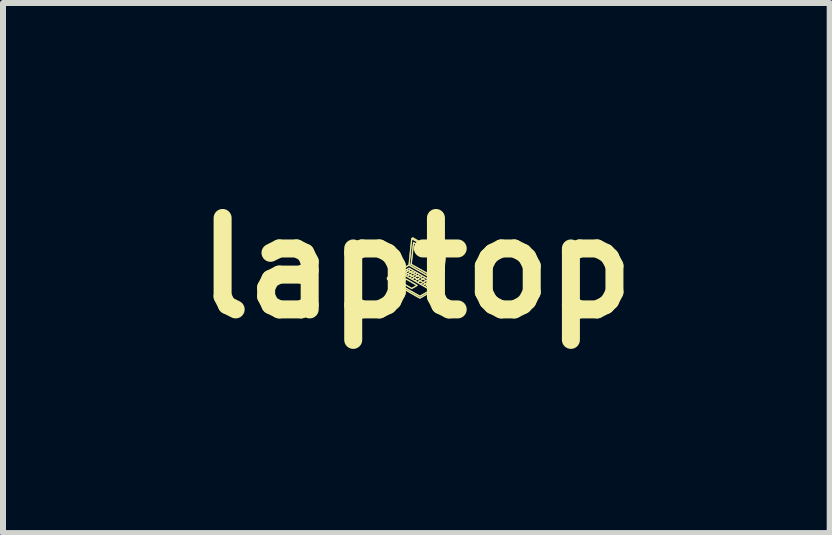
<source format=kicad_pcb>
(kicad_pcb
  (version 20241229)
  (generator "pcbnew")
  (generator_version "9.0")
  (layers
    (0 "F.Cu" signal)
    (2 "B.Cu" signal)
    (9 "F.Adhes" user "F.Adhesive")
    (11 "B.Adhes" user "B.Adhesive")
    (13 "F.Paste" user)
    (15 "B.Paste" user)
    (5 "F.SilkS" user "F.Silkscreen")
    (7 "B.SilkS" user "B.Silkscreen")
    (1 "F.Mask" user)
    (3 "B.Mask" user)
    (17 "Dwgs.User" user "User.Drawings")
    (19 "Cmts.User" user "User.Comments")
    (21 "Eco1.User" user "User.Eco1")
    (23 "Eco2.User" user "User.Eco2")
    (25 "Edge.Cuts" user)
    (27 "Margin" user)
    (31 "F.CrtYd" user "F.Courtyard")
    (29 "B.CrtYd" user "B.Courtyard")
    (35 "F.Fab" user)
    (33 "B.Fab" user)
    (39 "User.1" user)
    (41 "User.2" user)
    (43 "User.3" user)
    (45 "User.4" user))
  (footprint "laptop"
    (layer "F.Cu")
    (at 3.89 1.418)
    (property "Reference" "laptop" (at 0 0 0) (layer "F.SilkS") (effects (font (size 1.524 1.524) (thickness 0.3))))
    (attr through_hole)
    (fp_poly (pts (xy -0.165 0.18) (xy -0.16 0.183) (xy -0.153 0.187) (xy -0.144 0.192) (xy -0.133 0.198) (xy -0.12 0.205) (xy -0.106 0.213) (xy -0.091 0.222) (xy -0.075 0.231) (xy -0.073 0.232) (xy -0.054 0.243) (xy -0.038 0.253) (xy -0.024 0.261) (xy -0.013 0.267) (xy -0.003 0.273) (xy 0.004 0.277) (xy 0.009 0.281) (xy 0.014 0.284) (xy 0.016 0.286) (xy 0.018 0.287) (xy 0.019 0.288) (xy 0.019 0.289) (xy 0.018 0.29) (xy 0.017 0.292) (xy 0.014 0.294) (xy 0.01 0.297) (xy 0.004 0.301) (xy -0.005 0.306) (xy -0.015 0.312) (xy -0.023 0.317) (xy -0.034 0.323) (xy -0.045 0.329) (xy -0.054 0.334) (xy -0.061 0.339) (xy -0.067 0.342) (xy -0.07 0.344) (xy -0.07 0.344) (xy -0.074 0.346) (xy -0.078 0.346) (xy -0.08 0.345) (xy -0.083 0.343) (xy -0.088 0.34) (xy -0.096 0.336) (xy -0.105 0.331) (xy -0.116 0.325) (xy -0.128 0.318) (xy -0.141 0.31) (xy -0.155 0.302) (xy -0.169 0.294) (xy -0.183 0.286) (xy -0.197 0.278) (xy -0.21 0.27) (xy -0.223 0.263) (xy -0.234 0.256) (xy -0.244 0.251) (xy -0.252 0.246) (xy -0.257 0.242) (xy -0.261 0.24) (xy -0.261 0.24) (xy -0.262 0.237) (xy -0.242 0.237) (xy -0.242 0.238) (xy -0.24 0.239) (xy -0.236 0.242) (xy -0.229 0.245) (xy -0.221 0.251) (xy -0.211 0.257) (xy -0.199 0.263) (xy -0.187 0.271) (xy -0.174 0.278) (xy -0.16 0.286) (xy -0.147 0.294) (xy -0.133 0.301) (xy -0.121 0.309) (xy -0.109 0.315) (xy -0.099 0.321) (xy -0.09 0.326) (xy -0.084 0.33) (xy -0.079 0.332) (xy -0.077 0.333) (xy -0.077 0.333) (xy -0.075 0.333) (xy -0.071 0.33) (xy -0.065 0.327) (xy -0.056 0.322) (xy -0.047 0.317) (xy -0.037 0.311) (xy 0.002 0.289) (xy -0.003 0.286) (xy -0.008 0.283) (xy -0.014 0.279) (xy -0.023 0.274) (xy -0.034 0.268) (xy -0.045 0.261) (xy -0.058 0.254) (xy -0.071 0.247) (xy -0.085 0.239) (xy -0.098 0.231) (xy -0.111 0.224) (xy -0.124 0.216) (xy -0.135 0.21) (xy -0.145 0.204) (xy -0.154 0.199) (xy -0.161 0.196) (xy -0.165 0.193) (xy -0.167 0.192) (xy -0.167 0.192) (xy -0.169 0.193) (xy -0.173 0.196) (xy -0.18 0.199) (xy -0.188 0.204) (xy -0.197 0.209) (xy -0.206 0.214) (xy -0.218 0.221) (xy -0.228 0.227) (xy -0.236 0.232) (xy -0.24 0.235) (xy -0.242 0.237) (xy -0.262 0.237) (xy -0.262 0.237) (xy -0.262 0.235) (xy -0.26 0.234) (xy -0.256 0.231) (xy -0.25 0.227) (xy -0.242 0.222) (xy -0.233 0.217) (xy -0.224 0.211) (xy -0.213 0.205) (xy -0.203 0.199) (xy -0.193 0.193) (xy -0.185 0.188) (xy -0.177 0.184) (xy -0.171 0.181) (xy -0.168 0.18) (xy -0.167 0.18) (xy -0.165 0.18)) (stroke (width 0.01) (type solid)) (fill yes) (layer "F.SilkS"))
    (fp_poly (pts (xy -0.046 -0.429) (xy -0.042 -0.427) (xy -0.035 -0.423) (xy -0.025 -0.418) (xy -0.013 -0.411) (xy 0.001 -0.403) (xy 0.017 -0.394) (xy 0.035 -0.384) (xy 0.054 -0.373) (xy 0.075 -0.362) (xy 0.097 -0.349) (xy 0.121 -0.336) (xy 0.146 -0.322) (xy 0.171 -0.307) (xy 0.186 -0.299) (xy 0.212 -0.284) (xy 0.237 -0.27) (xy 0.262 -0.256) (xy 0.285 -0.243) (xy 0.307 -0.231) (xy 0.327 -0.22) (xy 0.346 -0.209) (xy 0.363 -0.199) (xy 0.378 -0.191) (xy 0.391 -0.184) (xy 0.402 -0.178) (xy 0.411 -0.173) (xy 0.417 -0.17) (xy 0.42 -0.168) (xy 0.421 -0.168) (xy 0.423 -0.166) (xy 0.426 -0.164) (xy 0.427 -0.163) (xy 0.431 -0.159) (xy 0.427 -0.154) (xy 0.426 -0.153) (xy 0.426 -0.152) (xy 0.425 -0.15) (xy 0.425 -0.147) (xy 0.424 -0.143) (xy 0.423 -0.139) (xy 0.422 -0.132) (xy 0.421 -0.125) (xy 0.42 -0.115) (xy 0.419 -0.104) (xy 0.418 -0.09) (xy 0.416 -0.074) (xy 0.414 -0.056) (xy 0.412 -0.034) (xy 0.41 -0.01) (xy 0.407 0.017) (xy 0.407 0.022) (xy 0.404 0.052) (xy 0.401 0.078) (xy 0.399 0.101) (xy 0.397 0.122) (xy 0.395 0.139) (xy 0.393 0.154) (xy 0.392 0.166) (xy 0.391 0.176) (xy 0.39 0.184) (xy 0.389 0.189) (xy 0.388 0.193) (xy 0.388 0.195) (xy 0.388 0.195) (xy 0.386 0.196) (xy 0.387 0.196) (xy 0.39 0.197) (xy 0.392 0.199) (xy 0.394 0.201) (xy 0.394 0.203) (xy 0.393 0.205) (xy 0.391 0.209) (xy 0.389 0.21) (xy 0.387 0.209) (xy 0.383 0.207) (xy 0.376 0.203) (xy 0.366 0.197) (xy 0.354 0.191) (xy 0.34 0.183) (xy 0.324 0.174) (xy 0.306 0.164) (xy 0.286 0.153) (xy 0.265 0.141) (xy 0.242 0.129) (xy 0.218 0.115) (xy 0.194 0.102) (xy 0.168 0.087) (xy 0.145 0.074) (xy 0.118 0.06) (xy 0.092 0.045) (xy 0.068 0.031) (xy 0.044 0.018) (xy 0.022 0.006) (xy 0.001 -0.006) (xy -0.019 -0.017) (xy -0.037 -0.027) (xy -0.052 -0.036) (xy -0.066 -0.043) (xy -0.078 -0.05) (xy -0.087 -0.055) (xy -0.094 -0.059) (xy -0.098 -0.061) (xy -0.099 -0.061) (xy -0.099 -0.063) (xy -0.098 -0.067) (xy -0.098 -0.067) (xy -0.096 -0.07) (xy -0.078 -0.07) (xy -0.078 -0.067) (xy -0.078 -0.065) (xy -0.077 -0.064) (xy -0.077 -0.063) (xy -0.076 -0.063) (xy -0.076 -0.063) (xy -0.074 -0.062) (xy -0.069 -0.059) (xy -0.062 -0.055) (xy -0.052 -0.049) (xy -0.04 -0.043) (xy -0.027 -0.035) (xy -0.011 -0.026) (xy 0.006 -0.017) (xy 0.024 -0.006) (xy 0.044 0.005) (xy 0.064 0.016) (xy 0.086 0.028) (xy 0.108 0.04) (xy 0.13 0.053) (xy 0.152 0.065) (xy 0.175 0.078) (xy 0.197 0.09) (xy 0.219 0.102) (xy 0.24 0.114) (xy 0.26 0.125) (xy 0.28 0.136) (xy 0.298 0.146) (xy 0.315 0.155) (xy 0.33 0.164) (xy 0.343 0.171) (xy 0.355 0.178) (xy 0.364 0.183) (xy 0.371 0.186) (xy 0.375 0.189) (xy 0.377 0.19) (xy 0.377 0.188) (xy 0.378 0.183) (xy 0.379 0.175) (xy 0.38 0.164) (xy 0.382 0.15) (xy 0.384 0.133) (xy 0.386 0.114) (xy 0.388 0.091) (xy 0.39 0.067) (xy 0.393 0.04) (xy 0.395 0.019) (xy 0.397 -0.005) (xy 0.4 -0.028) (xy 0.402 -0.049) (xy 0.404 -0.07) (xy 0.405 -0.088) (xy 0.407 -0.105) (xy 0.408 -0.12) (xy 0.41 -0.132) (xy 0.41 -0.142) (xy 0.411 -0.15) (xy 0.411 -0.154) (xy 0.412 -0.155) (xy 0.411 -0.156) (xy 0.409 -0.157) (xy 0.406 -0.159) (xy 0.402 -0.162) (xy 0.397 -0.165) (xy 0.389 -0.17) (xy 0.38 -0.175) (xy 0.369 -0.181) (xy 0.357 -0.189) (xy 0.342 -0.197) (xy 0.325 -0.207) (xy 0.306 -0.218) (xy 0.284 -0.23) (xy 0.26 -0.244) (xy 0.233 -0.259) (xy 0.203 -0.276) (xy 0.185 -0.286) (xy 0.16 -0.3) (xy 0.135 -0.314) (xy 0.111 -0.328) (xy 0.088 -0.341) (xy 0.067 -0.353) (xy 0.047 -0.364) (xy 0.029 -0.374) (xy 0.012 -0.383) (xy -0.003 -0.391) (xy -0.015 -0.398) (xy -0.026 -0.404) (xy -0.033 -0.408) (xy -0.039 -0.411) (xy -0.041 -0.413) (xy -0.042 -0.413) (xy -0.042 -0.411) (xy -0.043 -0.406) (xy -0.044 -0.398) (xy -0.045 -0.388) (xy -0.046 -0.375) (xy -0.048 -0.359) (xy -0.05 -0.342) (xy -0.052 -0.323) (xy -0.054 -0.302) (xy -0.057 -0.28) (xy -0.059 -0.257) (xy -0.061 -0.238) (xy -0.064 -0.21) (xy -0.067 -0.186) (xy -0.069 -0.164) (xy -0.071 -0.145) (xy -0.073 -0.129) (xy -0.074 -0.115) (xy -0.075 -0.103) (xy -0.076 -0.093) (xy -0.077 -0.085) (xy -0.077 -0.079) (xy -0.078 -0.074) (xy -0.078 -0.07) (xy -0.096 -0.07) (xy -0.095 -0.071) (xy -0.093 -0.072) (xy -0.093 -0.072) (xy -0.092 -0.072) (xy -0.092 -0.075) (xy -0.091 -0.078) (xy -0.09 -0.084) (xy -0.089 -0.092) (xy -0.088 -0.101) (xy -0.086 -0.114) (xy -0.085 -0.128) (xy -0.083 -0.145) (xy -0.081 -0.165) (xy -0.078 -0.188) (xy -0.075 -0.214) (xy -0.072 -0.243) (xy -0.072 -0.247) (xy -0.069 -0.279) (xy -0.065 -0.308) (xy -0.063 -0.334) (xy -0.06 -0.357) (xy -0.058 -0.376) (xy -0.056 -0.392) (xy -0.054 -0.405) (xy -0.053 -0.414) (xy -0.052 -0.421) (xy -0.052 -0.424) (xy -0.051 -0.425) (xy -0.049 -0.427) (xy -0.049 -0.429) (xy -0.048 -0.43) (xy -0.048 -0.43) (xy -0.046 -0.429)) (stroke (width 0.01) (type solid)) (fill yes) (layer "F.SilkS"))
    (fp_poly (pts (xy 0.214 -0.352) (xy 0.242 -0.335) (xy 0.269 -0.32) (xy 0.295 -0.304) (xy 0.321 -0.29) (xy 0.345 -0.276) (xy 0.367 -0.263) (xy 0.388 -0.25) (xy 0.408 -0.239) (xy 0.426 -0.228) (xy 0.441 -0.219) (xy 0.455 -0.211) (xy 0.466 -0.204) (xy 0.475 -0.199) (xy 0.482 -0.195) (xy 0.486 -0.193) (xy 0.487 -0.192) (xy 0.487 -0.19) (xy 0.486 -0.185) (xy 0.486 -0.177) (xy 0.485 -0.166) (xy 0.484 -0.153) (xy 0.482 -0.138) (xy 0.481 -0.12) (xy 0.479 -0.101) (xy 0.477 -0.081) (xy 0.475 -0.059) (xy 0.473 -0.036) (xy 0.471 -0.012) (xy 0.469 0.012) (xy 0.466 0.036) (xy 0.464 0.061) (xy 0.462 0.085) (xy 0.459 0.109) (xy 0.457 0.133) (xy 0.455 0.156) (xy 0.453 0.177) (xy 0.451 0.197) (xy 0.449 0.216) (xy 0.447 0.233) (xy 0.446 0.248) (xy 0.444 0.261) (xy 0.443 0.271) (xy 0.443 0.279) (xy 0.442 0.283) (xy 0.442 0.284) (xy 0.441 0.285) (xy 0.439 0.287) (xy 0.435 0.29) (xy 0.43 0.293) (xy 0.424 0.297) (xy 0.416 0.302) (xy 0.405 0.308) (xy 0.393 0.315) (xy 0.379 0.324) (xy 0.363 0.333) (xy 0.344 0.344) (xy 0.322 0.357) (xy 0.298 0.37) (xy 0.272 0.386) (xy 0.251 0.398) (xy 0.228 0.411) (xy 0.205 0.424) (xy 0.184 0.437) (xy 0.163 0.448) (xy 0.144 0.459) (xy 0.127 0.469) (xy 0.111 0.479) (xy 0.096 0.487) (xy 0.084 0.494) (xy 0.074 0.499) (xy 0.067 0.503) (xy 0.062 0.506) (xy 0.06 0.507) (xy 0.06 0.507) (xy 0.058 0.507) (xy 0.053 0.504) (xy 0.046 0.5) (xy 0.036 0.495) (xy 0.024 0.488) (xy 0.01 0.48) (xy -0.006 0.471) (xy -0.024 0.461) (xy -0.044 0.449) (xy -0.066 0.437) (xy -0.089 0.424) (xy -0.113 0.41) (xy -0.139 0.395) (xy -0.165 0.38) (xy -0.193 0.364) (xy -0.214 0.351) (xy -0.242 0.335) (xy -0.269 0.32) (xy -0.295 0.304) (xy -0.321 0.29) (xy -0.345 0.276) (xy -0.367 0.263) (xy -0.388 0.25) (xy -0.408 0.239) (xy -0.425 0.229) (xy -0.441 0.22) (xy -0.455 0.212) (xy -0.466 0.205) (xy -0.475 0.2) (xy -0.481 0.196) (xy -0.485 0.193) (xy -0.486 0.193) (xy -0.487 0.19) (xy -0.487 0.185) (xy -0.488 0.178) (xy -0.488 0.177) (xy -0.476 0.177) (xy -0.475 0.182) (xy -0.475 0.186) (xy -0.474 0.187) (xy -0.472 0.188) (xy -0.468 0.191) (xy -0.461 0.195) (xy -0.451 0.201) (xy -0.439 0.208) (xy -0.426 0.216) (xy -0.41 0.225) (xy -0.393 0.235) (xy -0.374 0.246) (xy -0.354 0.257) (xy -0.333 0.27) (xy -0.311 0.282) (xy -0.288 0.296) (xy -0.264 0.309) (xy -0.24 0.323) (xy -0.216 0.337) (xy -0.192 0.351) (xy -0.167 0.365) (xy -0.144 0.378) (xy -0.12 0.392) (xy -0.097 0.405) (xy -0.076 0.417) (xy -0.055 0.429) (xy -0.035 0.441) (xy -0.017 0.451) (xy 0.000198 0.461) (xy 0.015 0.469) (xy 0.028 0.477) (xy 0.04 0.483) (xy 0.048 0.488) (xy 0.055 0.491) (xy 0.059 0.493) (xy 0.06 0.494) (xy 0.061 0.493) (xy 0.066 0.49) (xy 0.073 0.486) (xy 0.083 0.481) (xy 0.094 0.474) (xy 0.108 0.466) (xy 0.124 0.458) (xy 0.141 0.448) (xy 0.16 0.437) (xy 0.18 0.425) (xy 0.201 0.413) (xy 0.223 0.4) (xy 0.246 0.387) (xy 0.269 0.374) (xy 0.292 0.361) (xy 0.313 0.348) (xy 0.333 0.337) (xy 0.351 0.326) (xy 0.369 0.316) (xy 0.384 0.307) (xy 0.398 0.299) (xy 0.409 0.292) (xy 0.418 0.287) (xy 0.425 0.282) (xy 0.43 0.28) (xy 0.431 0.279) (xy 0.431 0.279) (xy 0.431 0.277) (xy 0.432 0.272) (xy 0.433 0.264) (xy 0.434 0.253) (xy 0.435 0.239) (xy 0.437 0.224) (xy 0.438 0.206) (xy 0.44 0.186) (xy 0.442 0.164) (xy 0.445 0.14) (xy 0.447 0.115) (xy 0.449 0.089) (xy 0.452 0.062) (xy 0.454 0.046) (xy 0.457 0.011) (xy 0.46 -0.02) (xy 0.462 -0.048) (xy 0.465 -0.073) (xy 0.467 -0.095) (xy 0.469 -0.114) (xy 0.47 -0.131) (xy 0.471 -0.145) (xy 0.472 -0.157) (xy 0.473 -0.167) (xy 0.473 -0.175) (xy 0.474 -0.181) (xy 0.474 -0.185) (xy 0.474 -0.187) (xy 0.474 -0.187) (xy 0.472 -0.188) (xy 0.467 -0.191) (xy 0.46 -0.195) (xy 0.451 -0.201) (xy 0.439 -0.208) (xy 0.425 -0.216) (xy 0.409 -0.225) (xy 0.391 -0.236) (xy 0.371 -0.247) (xy 0.349 -0.26) (xy 0.327 -0.273) (xy 0.302 -0.287) (xy 0.277 -0.302) (xy 0.251 -0.317) (xy 0.223 -0.333) (xy 0.207 -0.342) (xy 0.174 -0.361) (xy 0.143 -0.379) (xy 0.115 -0.395) (xy 0.09 -0.41) (xy 0.067 -0.423) (xy 0.047 -0.434) (xy 0.028 -0.445) (xy 0.012 -0.454) (xy -0.002 -0.462) (xy -0.014 -0.469) (xy -0.025 -0.475) (xy -0.034 -0.48) (xy -0.041 -0.484) (xy -0.047 -0.487) (xy -0.052 -0.49) (xy -0.056 -0.491) (xy -0.058 -0.493) (xy -0.06 -0.493) (xy -0.061 -0.493) (xy -0.061 -0.493) (xy -0.061 -0.493) (xy -0.061 -0.492) (xy -0.059 -0.491) (xy -0.056 -0.489) (xy -0.053 -0.486) (xy -0.047 -0.483) (xy -0.041 -0.479) (xy -0.033 -0.474) (xy -0.023 -0.469) (xy -0.012 -0.462) (xy 0.001 -0.454) (xy 0.016 -0.445) (xy 0.033 -0.435) (xy 0.053 -0.424) (xy 0.075 -0.411) (xy 0.099 -0.397) (xy 0.125 -0.382) (xy 0.155 -0.365) (xy 0.187 -0.346) (xy 0.201 -0.338) (xy 0.229 -0.322) (xy 0.256 -0.306) (xy 0.282 -0.291) (xy 0.307 -0.277) (xy 0.331 -0.263) (xy 0.353 -0.25) (xy 0.374 -0.238) (xy 0.393 -0.227) (xy 0.41 -0.216) (xy 0.426 -0.207) (xy 0.439 -0.2) (xy 0.45 -0.193) (xy 0.459 -0.188) (xy 0.465 -0.184) (xy 0.468 -0.182) (xy 0.469 -0.181) (xy 0.469 -0.179) (xy 0.468 -0.174) (xy 0.468 -0.166) (xy 0.467 -0.155) (xy 0.466 -0.142) (xy 0.464 -0.127) (xy 0.462 -0.11) (xy 0.461 -0.091) (xy 0.459 -0.071) (xy 0.456 -0.049) (xy 0.454 -0.027) (xy 0.452 -0.004) (xy 0.449 0.02) (xy 0.447 0.044) (xy 0.445 0.067) (xy 0.442 0.091) (xy 0.44 0.114) (xy 0.437 0.136) (xy 0.435 0.158) (xy 0.433 0.178) (xy 0.431 0.197) (xy 0.429 0.214) (xy 0.427 0.229) (xy 0.426 0.242) (xy 0.425 0.252) (xy 0.424 0.26) (xy 0.423 0.265) (xy 0.423 0.267) (xy 0.421 0.268) (xy 0.416 0.271) (xy 0.409 0.275) (xy 0.4 0.281) (xy 0.388 0.287) (xy 0.375 0.295) (xy 0.36 0.304) (xy 0.344 0.313) (xy 0.326 0.323) (xy 0.308 0.334) (xy 0.289 0.345) (xy 0.269 0.356) (xy 0.249 0.368) (xy 0.229 0.379) (xy 0.209 0.391) (xy 0.189 0.402) (xy 0.17 0.413) (xy 0.152 0.423) (xy 0.135 0.433) (xy 0.119 0.442) (xy 0.104 0.45) (xy 0.091 0.458) (xy 0.08 0.464) (xy 0.071 0.469) (xy 0.065 0.473) (xy 0.061 0.475) (xy 0.059 0.475) (xy 0.058 0.475) (xy 0.055 0.473) (xy 0.05 0.471) (xy 0.043 0.467) (xy 0.034 0.462) (xy 0.023 0.456) (xy 0.009 0.449) (xy -0.006 0.44) (xy -0.024 0.43) (xy -0.044 0.418) (xy -0.067 0.405) (xy -0.092 0.391) (xy -0.12 0.375) (xy -0.15 0.357) (xy -0.184 0.338) (xy -0.21 0.323) (xy -0.475 0.169) (xy -0.476 0.177) (xy -0.488 0.177) (xy -0.488 0.173) (xy -0.488 0.165) (xy -0.487 0.16) (xy -0.487 0.16) (xy -0.468 0.16) (xy -0.466 0.161) (xy -0.462 0.163) (xy -0.455 0.167) (xy -0.445 0.173) (xy -0.434 0.18) (xy -0.42 0.188) (xy -0.405 0.196) (xy -0.387 0.206) (xy -0.369 0.217) (xy -0.349 0.229) (xy -0.328 0.241) (xy -0.306 0.254) (xy -0.283 0.267) (xy -0.26 0.28) (xy -0.236 0.294) (xy -0.212 0.308) (xy -0.188 0.322) (xy -0.164 0.336) (xy -0.14 0.349) (xy -0.117 0.363) (xy -0.095 0.376) (xy -0.073 0.388) (xy -0.052 0.4) (xy -0.033 0.411) (xy -0.015 0.421) (xy 0.002 0.431) (xy 0.017 0.439) (xy 0.03 0.447) (xy 0.04 0.453) (xy 0.049 0.458) (xy 0.055 0.461) (xy 0.059 0.463) (xy 0.059 0.464) (xy 0.061 0.463) (xy 0.065 0.46) (xy 0.072 0.456) (xy 0.081 0.451) (xy 0.093 0.444) (xy 0.106 0.436) (xy 0.122 0.428) (xy 0.139 0.418) (xy 0.157 0.407) (xy 0.177 0.396) (xy 0.198 0.384) (xy 0.22 0.371) (xy 0.233 0.363) (xy 0.256 0.35) (xy 0.277 0.338) (xy 0.297 0.326) (xy 0.316 0.315) (xy 0.334 0.305) (xy 0.35 0.295) (xy 0.365 0.287) (xy 0.377 0.279) (xy 0.388 0.273) (xy 0.396 0.268) (xy 0.402 0.265) (xy 0.405 0.263) (xy 0.405 0.262) (xy 0.403 0.261) (xy 0.399 0.259) (xy 0.392 0.255) (xy 0.383 0.249) (xy 0.371 0.242) (xy 0.357 0.234) (xy 0.341 0.225) (xy 0.323 0.214) (xy 0.303 0.203) (xy 0.282 0.191) (xy 0.259 0.178) (xy 0.235 0.164) (xy 0.21 0.149) (xy 0.183 0.134) (xy 0.156 0.118) (xy 0.141 0.109) (xy -0.122 -0.042) (xy -0.295 0.058) (xy -0.318 0.071) (xy -0.339 0.083) (xy -0.359 0.095) (xy -0.379 0.106) (xy -0.396 0.117) (xy -0.413 0.126) (xy -0.427 0.135) (xy -0.44 0.142) (xy -0.45 0.149) (xy -0.458 0.154) (xy -0.464 0.157) (xy -0.467 0.159) (xy -0.468 0.16) (xy -0.487 0.16) (xy -0.487 0.156) (xy -0.485 0.154) (xy -0.485 0.154) (xy -0.483 0.153) (xy -0.478 0.15) (xy -0.471 0.146) (xy -0.462 0.14) (xy -0.45 0.133) (xy -0.436 0.125) (xy -0.421 0.116) (xy -0.403 0.106) (xy -0.385 0.095) (xy -0.365 0.084) (xy -0.344 0.072) (xy -0.321 0.059) (xy -0.305 0.049) (xy -0.282 0.036) (xy -0.261 0.024) (xy -0.24 0.012) (xy -0.22 0.000482) (xy -0.202 -0.01) (xy -0.186 -0.02) (xy -0.171 -0.028) (xy -0.158 -0.036) (xy -0.147 -0.042) (xy -0.138 -0.047) (xy -0.132 -0.051) (xy -0.128 -0.053) (xy -0.128 -0.053) (xy -0.114 -0.053) (xy -0.114 -0.053) (xy -0.112 -0.051) (xy -0.108 -0.049) (xy -0.101 -0.045) (xy -0.092 -0.039) (xy -0.08 -0.032) (xy -0.066 -0.024) (xy -0.051 -0.015) (xy -0.034 -0.006) (xy -0.015 0.005) (xy 0.005 0.017) (xy 0.026 0.029) (xy 0.048 0.042) (xy 0.071 0.055) (xy 0.094 0.068) (xy 0.118 0.082) (xy 0.142 0.096) (xy 0.166 0.11) (xy 0.19 0.123) (xy 0.214 0.137) (xy 0.237 0.15) (xy 0.259 0.163) (xy 0.281 0.176) (xy 0.302 0.188) (xy 0.321 0.199) (xy 0.339 0.209) (xy 0.356 0.219) (xy 0.371 0.227) (xy 0.384 0.234) (xy 0.394 0.24) (xy 0.403 0.245) (xy 0.409 0.249) (xy 0.413 0.251) (xy 0.413 0.251) (xy 0.414 0.249) (xy 0.414 0.244) (xy 0.415 0.236) (xy 0.416 0.226) (xy 0.418 0.212) (xy 0.419 0.197) (xy 0.421 0.179) (xy 0.423 0.159) (xy 0.426 0.138) (xy 0.428 0.115) (xy 0.43 0.09) (xy 0.433 0.065) (xy 0.436 0.038) (xy 0.436 0.037) (xy 0.439 0.01) (xy 0.441 -0.015) (xy 0.444 -0.04) (xy 0.446 -0.063) (xy 0.448 -0.084) (xy 0.45 -0.104) (xy 0.452 -0.122) (xy 0.453 -0.138) (xy 0.455 -0.151) (xy 0.456 -0.162) (xy 0.456 -0.17) (xy 0.457 -0.175) (xy 0.457 -0.177) (xy 0.457 -0.177) (xy 0.455 -0.178) (xy 0.45 -0.181) (xy 0.443 -0.185) (xy 0.434 -0.19) (xy 0.422 -0.197) (xy 0.408 -0.205) (xy 0.393 -0.214) (xy 0.375 -0.224) (xy 0.357 -0.235) (xy 0.337 -0.247) (xy 0.316 -0.259) (xy 0.293 -0.271) (xy 0.271 -0.285) (xy 0.247 -0.298) (xy 0.223 -0.312) (xy 0.199 -0.326) (xy 0.175 -0.34) (xy 0.151 -0.353) (xy 0.128 -0.367) (xy 0.104 -0.38) (xy 0.082 -0.393) (xy 0.06 -0.405) (xy 0.04 -0.417) (xy 0.02 -0.428) (xy 0.002 -0.439) (xy -0.014 -0.448) (xy -0.029 -0.457) (xy -0.042 -0.464) (xy -0.052 -0.47) (xy -0.061 -0.475) (xy -0.067 -0.478) (xy -0.07 -0.48) (xy -0.071 -0.48) (xy -0.071 -0.478) (xy -0.072 -0.474) (xy -0.072 -0.466) (xy -0.074 -0.455) (xy -0.075 -0.443) (xy -0.077 -0.428) (xy -0.078 -0.411) (xy -0.08 -0.392) (xy -0.082 -0.372) (xy -0.085 -0.351) (xy -0.087 -0.329) (xy -0.089 -0.307) (xy -0.091 -0.284) (xy -0.094 -0.26) (xy -0.096 -0.237) (xy -0.098 -0.214) (xy -0.101 -0.192) (xy -0.103 -0.171) (xy -0.105 -0.15) (xy -0.107 -0.131) (xy -0.109 -0.113) (xy -0.11 -0.097) (xy -0.111 -0.083) (xy -0.113 -0.072) (xy -0.113 -0.063) (xy -0.114 -0.056) (xy -0.114 -0.053) (xy -0.128 -0.053) (xy -0.128 -0.053) (xy -0.127 -0.055) (xy -0.127 -0.06) (xy -0.126 -0.067) (xy -0.125 -0.078) (xy -0.124 -0.091) (xy -0.122 -0.107) (xy -0.12 -0.125) (xy -0.118 -0.144) (xy -0.116 -0.166) (xy -0.114 -0.189) (xy -0.111 -0.213) (xy -0.109 -0.239) (xy -0.106 -0.266) (xy -0.105 -0.273) (xy -0.102 -0.3) (xy -0.1 -0.327) (xy -0.097 -0.351) (xy -0.095 -0.375) (xy -0.092 -0.397) (xy -0.09 -0.418) (xy -0.088 -0.436) (xy -0.086 -0.452) (xy -0.085 -0.466) (xy -0.083 -0.478) (xy -0.082 -0.487) (xy -0.082 -0.492) (xy -0.081 -0.495) (xy -0.081 -0.495) (xy -0.079 -0.497) (xy -0.075 -0.5) (xy -0.069 -0.503) (xy -0.069 -0.503) (xy -0.058 -0.509) (xy 0.214 -0.352)) (stroke (width 0.01) (type solid)) (fill yes) (layer "F.SilkS"))
    (fp_poly (pts (xy -0.12 -0.003) (xy -0.115 -0.000124) (xy -0.108 0.004) (xy -0.099 0.009) (xy -0.088 0.016) (xy -0.074 0.023) (xy -0.059 0.032) (xy -0.042 0.042) (xy -0.024 0.052) (xy -0.005 0.063) (xy 0.016 0.075) (xy 0.037 0.087) (xy 0.058 0.1) (xy 0.081 0.113) (xy 0.103 0.126) (xy 0.125 0.139) (xy 0.147 0.151) (xy 0.169 0.164) (xy 0.191 0.177) (xy 0.211 0.188) (xy 0.231 0.2) (xy 0.249 0.211) (xy 0.266 0.221) (xy 0.282 0.23) (xy 0.296 0.238) (xy 0.308 0.245) (xy 0.318 0.251) (xy 0.325 0.256) (xy 0.331 0.259) (xy 0.333 0.26) (xy 0.333 0.261) (xy 0.333 0.264) (xy 0.332 0.266) (xy 0.331 0.267) (xy 0.326 0.27) (xy 0.32 0.274) (xy 0.312 0.279) (xy 0.302 0.285) (xy 0.291 0.291) (xy 0.279 0.298) (xy 0.267 0.305) (xy 0.255 0.313) (xy 0.243 0.32) (xy 0.231 0.326) (xy 0.221 0.332) (xy 0.212 0.337) (xy 0.205 0.341) (xy 0.201 0.343) (xy 0.194 0.347) (xy 0.187 0.343) (xy 0.183 0.341) (xy 0.177 0.338) (xy 0.168 0.333) (xy 0.157 0.327) (xy 0.144 0.319) (xy 0.13 0.311) (xy 0.129 0.31) (xy 0.154 0.31) (xy 0.156 0.311) (xy 0.16 0.314) (xy 0.165 0.317) (xy 0.172 0.321) (xy 0.178 0.325) (xy 0.184 0.329) (xy 0.189 0.332) (xy 0.193 0.333) (xy 0.193 0.334) (xy 0.195 0.333) (xy 0.199 0.331) (xy 0.205 0.327) (xy 0.212 0.323) (xy 0.212 0.323) (xy 0.219 0.319) (xy 0.225 0.316) (xy 0.229 0.314) (xy 0.23 0.312) (xy 0.23 0.312) (xy 0.229 0.311) (xy 0.225 0.309) (xy 0.22 0.306) (xy 0.213 0.302) (xy 0.206 0.298) (xy 0.199 0.295) (xy 0.193 0.291) (xy 0.189 0.289) (xy 0.186 0.288) (xy 0.186 0.288) (xy 0.184 0.289) (xy 0.18 0.291) (xy 0.174 0.295) (xy 0.169 0.299) (xy 0.163 0.303) (xy 0.158 0.306) (xy 0.155 0.309) (xy 0.154 0.31) (xy 0.129 0.31) (xy 0.113 0.301) (xy 0.095 0.291) (xy 0.093 0.289) (xy 0.119 0.289) (xy 0.12 0.291) (xy 0.123 0.293) (xy 0.128 0.296) (xy 0.133 0.299) (xy 0.138 0.302) (xy 0.142 0.304) (xy 0.144 0.305) (xy 0.145 0.304) (xy 0.149 0.301) (xy 0.154 0.298) (xy 0.16 0.294) (xy 0.166 0.289) (xy 0.172 0.286) (xy 0.175 0.283) (xy 0.176 0.282) (xy 0.175 0.281) (xy 0.195 0.281) (xy 0.196 0.282) (xy 0.2 0.285) (xy 0.205 0.288) (xy 0.212 0.292) (xy 0.219 0.296) (xy 0.226 0.299) (xy 0.232 0.303) (xy 0.237 0.305) (xy 0.239 0.306) (xy 0.24 0.306) (xy 0.242 0.306) (xy 0.246 0.303) (xy 0.252 0.3) (xy 0.259 0.296) (xy 0.26 0.296) (xy 0.267 0.292) (xy 0.272 0.288) (xy 0.276 0.285) (xy 0.278 0.284) (xy 0.278 0.284) (xy 0.276 0.282) (xy 0.273 0.28) (xy 0.267 0.276) (xy 0.259 0.271) (xy 0.255 0.269) (xy 0.232 0.255) (xy 0.213 0.268) (xy 0.206 0.272) (xy 0.201 0.277) (xy 0.197 0.279) (xy 0.195 0.281) (xy 0.195 0.281) (xy 0.175 0.281) (xy 0.175 0.281) (xy 0.171 0.278) (xy 0.166 0.276) (xy 0.161 0.273) (xy 0.156 0.27) (xy 0.152 0.268) (xy 0.151 0.268) (xy 0.149 0.268) (xy 0.144 0.271) (xy 0.139 0.274) (xy 0.133 0.278) (xy 0.128 0.282) (xy 0.123 0.286) (xy 0.119 0.288) (xy 0.119 0.289) (xy 0.093 0.289) (xy 0.076 0.28) (xy 0.056 0.268) (xy 0.055 0.267) (xy 0.08 0.267) (xy 0.081 0.269) (xy 0.085 0.271) (xy 0.089 0.274) (xy 0.095 0.277) (xy 0.101 0.28) (xy 0.105 0.283) (xy 0.108 0.284) (xy 0.108 0.284) (xy 0.11 0.283) (xy 0.114 0.281) (xy 0.119 0.277) (xy 0.124 0.274) (xy 0.13 0.269) (xy 0.135 0.266) (xy 0.138 0.263) (xy 0.139 0.262) (xy 0.139 0.261) (xy 0.159 0.261) (xy 0.171 0.268) (xy 0.177 0.272) (xy 0.182 0.274) (xy 0.185 0.275) (xy 0.185 0.275) (xy 0.187 0.274) (xy 0.192 0.272) (xy 0.197 0.268) (xy 0.204 0.264) (xy 0.204 0.263) (xy 0.211 0.259) (xy 0.217 0.255) (xy 0.22 0.252) (xy 0.222 0.251) (xy 0.222 0.251) (xy 0.22 0.249) (xy 0.217 0.247) (xy 0.211 0.244) (xy 0.209 0.243) (xy 0.196 0.236) (xy 0.178 0.248) (xy 0.159 0.261) (xy 0.139 0.261) (xy 0.138 0.26) (xy 0.134 0.258) (xy 0.129 0.254) (xy 0.126 0.253) (xy 0.114 0.245) (xy 0.097 0.256) (xy 0.09 0.26) (xy 0.085 0.264) (xy 0.081 0.266) (xy 0.08 0.267) (xy 0.055 0.267) (xy 0.035 0.256) (xy 0.014 0.244) (xy 0.005 0.239) (xy 0.03 0.239) (xy 0.032 0.24) (xy 0.035 0.242) (xy 0.041 0.245) (xy 0.047 0.249) (xy 0.053 0.253) (xy 0.059 0.257) (xy 0.065 0.26) (xy 0.068 0.262) (xy 0.069 0.262) (xy 0.071 0.262) (xy 0.074 0.259) (xy 0.08 0.256) (xy 0.086 0.252) (xy 0.093 0.248) (xy 0.098 0.244) (xy 0.102 0.242) (xy 0.103 0.24) (xy 0.102 0.24) (xy 0.122 0.24) (xy 0.123 0.241) (xy 0.127 0.243) (xy 0.131 0.246) (xy 0.137 0.249) (xy 0.142 0.252) (xy 0.146 0.254) (xy 0.149 0.255) (xy 0.149 0.256) (xy 0.151 0.255) (xy 0.155 0.252) (xy 0.161 0.249) (xy 0.168 0.244) (xy 0.169 0.244) (xy 0.175 0.239) (xy 0.181 0.235) (xy 0.185 0.232) (xy 0.186 0.231) (xy 0.186 0.231) (xy 0.185 0.23) (xy 0.205 0.23) (xy 0.213 0.235) (xy 0.218 0.238) (xy 0.223 0.24) (xy 0.225 0.242) (xy 0.228 0.243) (xy 0.231 0.244) (xy 0.234 0.242) (xy 0.239 0.24) (xy 0.244 0.236) (xy 0.25 0.232) (xy 0.254 0.23) (xy 0.256 0.23) (xy 0.257 0.231) (xy 0.259 0.233) (xy 0.258 0.236) (xy 0.255 0.239) (xy 0.25 0.243) (xy 0.245 0.246) (xy 0.242 0.249) (xy 0.241 0.25) (xy 0.241 0.25) (xy 0.243 0.252) (xy 0.248 0.255) (xy 0.254 0.258) (xy 0.261 0.262) (xy 0.268 0.266) (xy 0.275 0.27) (xy 0.282 0.274) (xy 0.286 0.276) (xy 0.289 0.277) (xy 0.289 0.278) (xy 0.292 0.277) (xy 0.296 0.275) (xy 0.302 0.272) (xy 0.304 0.27) (xy 0.317 0.263) (xy 0.305 0.256) (xy 0.286 0.245) (xy 0.27 0.236) (xy 0.257 0.228) (xy 0.246 0.222) (xy 0.238 0.217) (xy 0.233 0.214) (xy 0.231 0.213) (xy 0.23 0.213) (xy 0.229 0.214) (xy 0.225 0.217) (xy 0.22 0.22) (xy 0.217 0.222) (xy 0.205 0.23) (xy 0.185 0.23) (xy 0.185 0.229) (xy 0.181 0.227) (xy 0.176 0.224) (xy 0.174 0.222) (xy 0.161 0.215) (xy 0.142 0.227) (xy 0.135 0.232) (xy 0.129 0.235) (xy 0.124 0.238) (xy 0.122 0.24) (xy 0.122 0.24) (xy 0.102 0.24) (xy 0.102 0.239) (xy 0.098 0.237) (xy 0.092 0.233) (xy 0.085 0.229) (xy 0.083 0.228) (xy 0.062 0.216) (xy 0.046 0.227) (xy 0.04 0.231) (xy 0.035 0.235) (xy 0.032 0.238) (xy 0.03 0.239) (xy 0.005 0.239) (xy -0.008 0.231) (xy -0.03 0.218) (xy -0.052 0.205) (xy -0.075 0.193) (xy -0.088 0.185) (xy -0.062 0.185) (xy -0.061 0.186) (xy -0.057 0.189) (xy -0.051 0.193) (xy -0.043 0.197) (xy -0.034 0.202) (xy -0.025 0.208) (xy -0.015 0.213) (xy -0.006 0.219) (xy 0.002 0.224) (xy 0.01 0.228) (xy 0.016 0.231) (xy 0.019 0.233) (xy 0.021 0.233) (xy 0.022 0.232) (xy 0.026 0.23) (xy 0.032 0.226) (xy 0.037 0.223) (xy 0.043 0.218) (xy 0.048 0.215) (xy 0.052 0.213) (xy 0.052 0.212) (xy 0.052 0.211) (xy 0.072 0.211) (xy 0.074 0.213) (xy 0.079 0.216) (xy 0.085 0.219) (xy 0.092 0.223) (xy 0.098 0.227) (xy 0.105 0.23) (xy 0.11 0.232) (xy 0.113 0.234) (xy 0.114 0.234) (xy 0.116 0.233) (xy 0.121 0.23) (xy 0.126 0.227) (xy 0.133 0.222) (xy 0.14 0.218) (xy 0.146 0.214) (xy 0.149 0.212) (xy 0.151 0.21) (xy 0.151 0.21) (xy 0.15 0.21) (xy 0.171 0.21) (xy 0.172 0.211) (xy 0.176 0.214) (xy 0.181 0.217) (xy 0.183 0.218) (xy 0.188 0.221) (xy 0.192 0.223) (xy 0.195 0.224) (xy 0.198 0.223) (xy 0.202 0.221) (xy 0.207 0.218) (xy 0.212 0.214) (xy 0.216 0.211) (xy 0.219 0.209) (xy 0.22 0.208) (xy 0.219 0.207) (xy 0.215 0.204) (xy 0.21 0.201) (xy 0.208 0.2) (xy 0.196 0.193) (xy 0.184 0.201) (xy 0.178 0.205) (xy 0.174 0.208) (xy 0.171 0.21) (xy 0.171 0.21) (xy 0.15 0.21) (xy 0.149 0.209) (xy 0.146 0.207) (xy 0.14 0.203) (xy 0.134 0.2) (xy 0.127 0.196) (xy 0.12 0.192) (xy 0.115 0.189) (xy 0.112 0.187) (xy 0.11 0.187) (xy 0.106 0.189) (xy 0.101 0.192) (xy 0.093 0.196) (xy 0.09 0.198) (xy 0.083 0.203) (xy 0.077 0.207) (xy 0.073 0.21) (xy 0.072 0.211) (xy 0.072 0.211) (xy 0.052 0.211) (xy 0.051 0.211) (xy 0.048 0.208) (xy 0.042 0.205) (xy 0.036 0.201) (xy 0.03 0.198) (xy 0.025 0.195) (xy 0.02 0.192) (xy 0.018 0.191) (xy 0.018 0.191) (xy 0.016 0.192) (xy 0.012 0.195) (xy 0.007 0.198) (xy 0.002 0.201) (xy -0.005 0.206) (xy -0.01 0.209) (xy -0.014 0.211) (xy -0.016 0.211) (xy -0.017 0.21) (xy -0.018 0.209) (xy -0.019 0.208) (xy -0.019 0.207) (xy -0.019 0.205) (xy -0.017 0.203) (xy -0.012 0.2) (xy -0.006 0.196) (xy -0.006 0.196) (xy 0.000227 0.192) (xy 0.005 0.188) (xy 0.008 0.186) (xy 0.028 0.186) (xy 0.031 0.188) (xy 0.035 0.191) (xy 0.041 0.194) (xy 0.047 0.197) (xy 0.053 0.201) (xy 0.058 0.203) (xy 0.061 0.205) (xy 0.062 0.205) (xy 0.064 0.204) (xy 0.068 0.202) (xy 0.074 0.198) (xy 0.081 0.194) (xy 0.082 0.193) (xy 0.1 0.181) (xy 0.1 0.181) (xy 0.119 0.181) (xy 0.119 0.181) (xy 0.121 0.182) (xy 0.125 0.185) (xy 0.131 0.188) (xy 0.137 0.192) (xy 0.144 0.196) (xy 0.15 0.199) (xy 0.156 0.202) (xy 0.159 0.204) (xy 0.161 0.205) (xy 0.162 0.204) (xy 0.166 0.202) (xy 0.171 0.199) (xy 0.174 0.197) (xy 0.179 0.193) (xy 0.184 0.19) (xy 0.186 0.188) (xy 0.186 0.188) (xy 0.185 0.187) (xy 0.181 0.184) (xy 0.176 0.181) (xy 0.171 0.179) (xy 0.16 0.172) (xy 0.152 0.168) (xy 0.146 0.164) (xy 0.142 0.162) (xy 0.139 0.16) (xy 0.138 0.16) (xy 0.137 0.16) (xy 0.137 0.161) (xy 0.138 0.162) (xy 0.138 0.162) (xy 0.138 0.164) (xy 0.137 0.167) (xy 0.133 0.17) (xy 0.129 0.173) (xy 0.124 0.176) (xy 0.12 0.179) (xy 0.119 0.181) (xy 0.1 0.181) (xy 0.083 0.171) (xy 0.075 0.167) (xy 0.07 0.164) (xy 0.066 0.163) (xy 0.064 0.162) (xy 0.062 0.163) (xy 0.062 0.163) (xy 0.059 0.165) (xy 0.054 0.168) (xy 0.048 0.172) (xy 0.043 0.175) (xy 0.036 0.179) (xy 0.032 0.183) (xy 0.029 0.185) (xy 0.028 0.186) (xy 0.008 0.186) (xy 0.008 0.186) (xy 0.008 0.186) (xy 0.007 0.185) (xy 0.003 0.182) (xy -0.003 0.179) (xy -0.01 0.175) (xy -0.01 0.175) (xy -0.029 0.164) (xy -0.046 0.174) (xy -0.052 0.178) (xy -0.058 0.181) (xy -0.061 0.184) (xy -0.062 0.185) (xy -0.088 0.185) (xy -0.096 0.18) (xy -0.118 0.168) (xy -0.129 0.161) (xy -0.101 0.161) (xy -0.101 0.162) (xy -0.099 0.164) (xy -0.095 0.167) (xy -0.089 0.171) (xy -0.086 0.173) (xy -0.079 0.177) (xy -0.074 0.18) (xy -0.07 0.182) (xy -0.068 0.183) (xy -0.068 0.183) (xy -0.068 0.182) (xy -0.069 0.18) (xy -0.068 0.179) (xy -0.064 0.175) (xy -0.058 0.171) (xy -0.054 0.169) (xy -0.048 0.165) (xy -0.043 0.162) (xy -0.04 0.16) (xy -0.039 0.159) (xy -0.039 0.159) (xy -0.019 0.159) (xy -0.017 0.16) (xy -0.014 0.163) (xy -0.008 0.166) (xy -0.002 0.17) (xy 0.004 0.173) (xy 0.01 0.176) (xy 0.014 0.178) (xy 0.017 0.179) (xy 0.017 0.179) (xy 0.019 0.179) (xy 0.024 0.176) (xy 0.03 0.173) (xy 0.037 0.169) (xy 0.037 0.168) (xy 0.044 0.164) (xy 0.05 0.16) (xy 0.054 0.157) (xy 0.055 0.156) (xy 0.055 0.156) (xy 0.054 0.155) (xy 0.076 0.155) (xy 0.076 0.156) (xy 0.078 0.158) (xy 0.078 0.158) (xy 0.086 0.162) (xy 0.093 0.167) (xy 0.099 0.17) (xy 0.105 0.173) (xy 0.108 0.174) (xy 0.108 0.174) (xy 0.11 0.173) (xy 0.115 0.171) (xy 0.12 0.168) (xy 0.122 0.167) (xy 0.127 0.163) (xy 0.131 0.16) (xy 0.134 0.158) (xy 0.134 0.158) (xy 0.132 0.157) (xy 0.129 0.154) (xy 0.124 0.151) (xy 0.118 0.148) (xy 0.112 0.144) (xy 0.107 0.141) (xy 0.103 0.139) (xy 0.101 0.139) (xy 0.099 0.14) (xy 0.095 0.142) (xy 0.09 0.145) (xy 0.087 0.147) (xy 0.081 0.151) (xy 0.077 0.154) (xy 0.076 0.155) (xy 0.054 0.155) (xy 0.053 0.154) (xy 0.049 0.152) (xy 0.044 0.148) (xy 0.037 0.145) (xy 0.021 0.135) (xy 0.001 0.147) (xy -0.006 0.151) (xy -0.012 0.155) (xy -0.017 0.158) (xy -0.019 0.159) (xy -0.019 0.159) (xy -0.039 0.159) (xy -0.04 0.158) (xy -0.044 0.156) (xy -0.049 0.153) (xy -0.055 0.149) (xy -0.06 0.146) (xy -0.065 0.144) (xy -0.068 0.142) (xy -0.069 0.142) (xy -0.071 0.143) (xy -0.075 0.145) (xy -0.08 0.148) (xy -0.086 0.152) (xy -0.092 0.155) (xy -0.097 0.158) (xy -0.1 0.16) (xy -0.101 0.161) (xy -0.129 0.161) (xy -0.138 0.156) (xy -0.158 0.144) (xy -0.168 0.138) (xy -0.144 0.138) (xy -0.144 0.139) (xy -0.132 0.146) (xy -0.123 0.151) (xy -0.117 0.154) (xy -0.114 0.156) (xy -0.114 0.156) (xy -0.111 0.155) (xy -0.107 0.153) (xy -0.1 0.15) (xy -0.094 0.146) (xy -0.088 0.143) (xy -0.083 0.139) (xy -0.079 0.137) (xy -0.079 0.137) (xy -0.059 0.137) (xy -0.057 0.138) (xy -0.053 0.14) (xy -0.048 0.143) (xy -0.042 0.147) (xy -0.037 0.15) (xy -0.032 0.152) (xy -0.03 0.154) (xy -0.029 0.154) (xy -0.028 0.153) (xy -0.024 0.151) (xy -0.018 0.148) (xy -0.011 0.144) (xy -0.009 0.143) (xy -0.002 0.138) (xy 0.004 0.135) (xy 0.008 0.132) (xy 0.01 0.131) (xy 0.01 0.13) (xy 0.01 0.13) (xy 0.031 0.13) (xy 0.032 0.132) (xy 0.036 0.134) (xy 0.041 0.137) (xy 0.047 0.141) (xy 0.054 0.144) (xy 0.06 0.147) (xy 0.064 0.149) (xy 0.067 0.149) (xy 0.067 0.149) (xy 0.069 0.148) (xy 0.073 0.145) (xy 0.079 0.142) (xy 0.08 0.141) (xy 0.085 0.138) (xy 0.089 0.135) (xy 0.091 0.133) (xy 0.091 0.133) (xy 0.09 0.132) (xy 0.086 0.13) (xy 0.081 0.126) (xy 0.077 0.124) (xy 0.071 0.12) (xy 0.064 0.117) (xy 0.059 0.114) (xy 0.058 0.113) (xy 0.054 0.111) (xy 0.053 0.111) (xy 0.053 0.112) (xy 0.053 0.113) (xy 0.053 0.115) (xy 0.051 0.117) (xy 0.048 0.12) (xy 0.042 0.123) (xy 0.037 0.126) (xy 0.033 0.128) (xy 0.031 0.13) (xy 0.031 0.13) (xy 0.01 0.13) (xy 0.009 0.129) (xy 0.005 0.127) (xy 0.0002 0.124) (xy -0.005 0.121) (xy -0.011 0.118) (xy -0.016 0.115) (xy -0.019 0.114) (xy -0.019 0.113) (xy -0.021 0.114) (xy -0.025 0.116) (xy -0.031 0.119) (xy -0.037 0.123) (xy -0.044 0.127) (xy -0.05 0.131) (xy -0.055 0.134) (xy -0.058 0.136) (xy -0.059 0.137) (xy -0.079 0.137) (xy -0.078 0.136) (xy -0.08 0.135) (xy -0.084 0.133) (xy -0.089 0.13) (xy -0.094 0.127) (xy -0.109 0.118) (xy -0.127 0.128) (xy -0.136 0.133) (xy -0.141 0.136) (xy -0.144 0.138) (xy -0.168 0.138) (xy -0.176 0.134) (xy -0.193 0.124) (xy -0.204 0.117) (xy -0.181 0.117) (xy -0.167 0.126) (xy -0.16 0.13) (xy -0.154 0.133) (xy -0.152 0.134) (xy -0.151 0.133) (xy -0.151 0.132) (xy -0.151 0.131) (xy -0.147 0.129) (xy -0.146 0.128) (xy -0.141 0.126) (xy -0.135 0.122) (xy -0.129 0.119) (xy -0.119 0.114) (xy -0.098 0.114) (xy -0.097 0.115) (xy -0.093 0.117) (xy -0.088 0.12) (xy -0.083 0.123) (xy -0.077 0.126) (xy -0.072 0.129) (xy -0.069 0.13) (xy -0.069 0.13) (xy -0.067 0.13) (xy -0.062 0.127) (xy -0.056 0.124) (xy -0.049 0.12) (xy -0.048 0.119) (xy -0.04 0.114) (xy -0.034 0.111) (xy -0.032 0.109) (xy -0.032 0.108) (xy -0.009 0.108) (xy -0.008 0.109) (xy -0.004 0.111) (xy 0.001 0.114) (xy 0.007 0.118) (xy 0.012 0.121) (xy 0.017 0.124) (xy 0.02 0.125) (xy 0.02 0.125) (xy 0.021 0.124) (xy 0.025 0.122) (xy 0.031 0.119) (xy 0.034 0.117) (xy 0.04 0.114) (xy 0.044 0.111) (xy 0.047 0.109) (xy 0.047 0.108) (xy 0.046 0.107) (xy 0.043 0.104) (xy 0.037 0.101) (xy 0.032 0.098) (xy 0.026 0.095) (xy 0.021 0.092) (xy 0.017 0.091) (xy 0.016 0.091) (xy 0.014 0.093) (xy 0.01 0.096) (xy 0.005 0.099) (xy 0.002 0.1) (xy -0.003 0.103) (xy -0.007 0.106) (xy -0.009 0.108) (xy -0.009 0.108) (xy -0.032 0.108) (xy -0.032 0.106) (xy -0.034 0.104) (xy -0.04 0.101) (xy -0.046 0.098) (xy -0.057 0.091) (xy -0.078 0.102) (xy -0.085 0.106) (xy -0.091 0.109) (xy -0.096 0.112) (xy -0.098 0.113) (xy -0.098 0.114) (xy -0.119 0.114) (xy -0.118 0.113) (xy -0.131 0.106) (xy -0.137 0.102) (xy -0.142 0.1) (xy -0.145 0.098) (xy -0.145 0.098) (xy -0.147 0.099) (xy -0.151 0.101) (xy -0.156 0.104) (xy -0.163 0.108) (xy -0.163 0.108) (xy -0.181 0.117) (xy -0.204 0.117) (xy -0.209 0.115) (xy -0.223 0.106) (xy -0.235 0.099) (xy -0.245 0.094) (xy -0.252 0.089) (xy -0.257 0.086) (xy -0.26 0.085) (xy -0.26 0.084) (xy -0.262 0.081) (xy -0.262 0.081) (xy -0.243 0.081) (xy -0.241 0.083) (xy -0.237 0.085) (xy -0.231 0.089) (xy -0.223 0.093) (xy -0.216 0.098) (xy -0.208 0.102) (xy -0.201 0.106) (xy -0.194 0.11) (xy -0.19 0.112) (xy -0.188 0.113) (xy -0.188 0.113) (xy -0.186 0.112) (xy -0.186 0.112) (xy -0.185 0.11) (xy -0.181 0.108) (xy -0.175 0.104) (xy -0.17 0.101) (xy -0.154 0.093) (xy -0.134 0.093) (xy -0.132 0.094) (xy -0.129 0.097) (xy -0.124 0.1) (xy -0.119 0.103) (xy -0.114 0.106) (xy -0.11 0.108) (xy -0.109 0.108) (xy -0.107 0.108) (xy -0.103 0.106) (xy -0.097 0.103) (xy -0.09 0.099) (xy -0.088 0.098) (xy -0.081 0.094) (xy -0.075 0.09) (xy -0.07 0.088) (xy -0.068 0.086) (xy -0.068 0.086) (xy -0.07 0.084) (xy -0.074 0.082) (xy -0.079 0.079) (xy -0.081 0.077) (xy -0.094 0.071) (xy -0.114 0.081) (xy -0.121 0.085) (xy -0.127 0.089) (xy -0.132 0.091) (xy -0.134 0.093) (xy -0.134 0.093) (xy -0.154 0.093) (xy -0.154 0.093) (xy -0.168 0.084) (xy -0.183 0.076) (xy -0.201 0.085) (xy -0.208 0.089) (xy -0.213 0.092) (xy -0.216 0.093) (xy -0.218 0.093) (xy -0.219 0.093) (xy -0.22 0.092) (xy -0.221 0.089) (xy -0.222 0.087) (xy -0.22 0.086) (xy -0.217 0.084) (xy -0.211 0.081) (xy -0.208 0.08) (xy -0.202 0.076) (xy -0.197 0.074) (xy -0.195 0.072) (xy -0.194 0.072) (xy -0.194 0.071) (xy -0.173 0.071) (xy -0.171 0.072) (xy -0.168 0.075) (xy -0.162 0.078) (xy -0.159 0.08) (xy -0.145 0.088) (xy -0.125 0.078) (xy -0.118 0.074) (xy -0.112 0.07) (xy -0.107 0.068) (xy -0.105 0.066) (xy -0.105 0.066) (xy -0.105 0.066) (xy -0.081 0.066) (xy -0.079 0.068) (xy -0.075 0.071) (xy -0.068 0.075) (xy -0.057 0.081) (xy -0.043 0.074) (xy -0.037 0.071) (xy -0.033 0.069) (xy -0.03 0.069) (xy -0.028 0.069) (xy -0.027 0.07) (xy -0.026 0.072) (xy -0.026 0.074) (xy -0.029 0.076) (xy -0.033 0.079) (xy -0.039 0.082) (xy -0.039 0.082) (xy -0.043 0.084) (xy -0.046 0.086) (xy -0.046 0.086) (xy -0.044 0.088) (xy -0.041 0.09) (xy -0.036 0.093) (xy -0.031 0.096) (xy -0.025 0.099) (xy -0.021 0.101) (xy -0.02 0.102) (xy -0.018 0.101) (xy -0.013 0.099) (xy -0.008 0.096) (xy -0.004 0.094) (xy 0.002 0.09) (xy 0.007 0.087) (xy 0.009 0.086) (xy 0.01 0.085) (xy 0.008 0.084) (xy 0.004 0.082) (xy -0.002 0.079) (xy -0.009 0.074) (xy -0.017 0.07) (xy -0.026 0.065) (xy -0.034 0.06) (xy -0.042 0.055) (xy -0.048 0.052) (xy -0.053 0.049) (xy -0.056 0.047) (xy -0.056 0.047) (xy -0.059 0.046) (xy -0.059 0.048) (xy -0.059 0.049) (xy -0.059 0.05) (xy -0.06 0.052) (xy -0.064 0.055) (xy -0.07 0.058) (xy -0.071 0.058) (xy -0.077 0.061) (xy -0.08 0.064) (xy -0.081 0.066) (xy -0.105 0.066) (xy -0.105 0.065) (xy -0.109 0.062) (xy -0.114 0.059) (xy -0.118 0.057) (xy -0.132 0.049) (xy -0.152 0.06) (xy -0.16 0.064) (xy -0.166 0.067) (xy -0.17 0.07) (xy -0.173 0.071) (xy -0.173 0.071) (xy -0.194 0.071) (xy -0.195 0.07) (xy -0.198 0.068) (xy -0.202 0.065) (xy -0.21 0.061) (xy -0.227 0.07) (xy -0.234 0.074) (xy -0.239 0.078) (xy -0.242 0.08) (xy -0.243 0.081) (xy -0.262 0.081) (xy -0.262 0.079) (xy -0.262 0.078) (xy -0.26 0.077) (xy -0.255 0.074) (xy -0.249 0.07) (xy -0.241 0.065) (xy -0.231 0.059) (xy -0.224 0.056) (xy -0.2 0.056) (xy -0.198 0.057) (xy -0.195 0.059) (xy -0.191 0.062) (xy -0.187 0.064) (xy -0.184 0.066) (xy -0.183 0.066) (xy -0.182 0.065) (xy -0.178 0.063) (xy -0.172 0.06) (xy -0.165 0.056) (xy -0.164 0.056) (xy -0.157 0.052) (xy -0.15 0.048) (xy -0.146 0.046) (xy -0.144 0.044) (xy -0.12 0.044) (xy -0.119 0.046) (xy -0.118 0.046) (xy -0.112 0.05) (xy -0.105 0.054) (xy -0.099 0.057) (xy -0.095 0.059) (xy -0.093 0.059) (xy -0.091 0.058) (xy -0.086 0.056) (xy -0.08 0.053) (xy -0.077 0.051) (xy -0.062 0.044) (xy -0.076 0.035) (xy -0.083 0.032) (xy -0.088 0.029) (xy -0.091 0.027) (xy -0.091 0.027) (xy -0.093 0.028) (xy -0.097 0.03) (xy -0.103 0.033) (xy -0.107 0.035) (xy -0.114 0.039) (xy -0.118 0.042) (xy -0.12 0.043) (xy -0.12 0.044) (xy -0.144 0.044) (xy -0.143 0.044) (xy -0.143 0.044) (xy -0.144 0.043) (xy -0.147 0.04) (xy -0.151 0.037) (xy -0.161 0.032) (xy -0.18 0.043) (xy -0.188 0.048) (xy -0.194 0.051) (xy -0.198 0.054) (xy -0.2 0.055) (xy -0.2 0.056) (xy -0.224 0.056) (xy -0.22 0.053) (xy -0.208 0.046) (xy -0.195 0.038) (xy -0.183 0.031) (xy -0.176 0.027) (xy -0.151 0.027) (xy -0.149 0.028) (xy -0.146 0.031) (xy -0.141 0.033) (xy -0.132 0.039) (xy -0.117 0.031) (xy -0.11 0.027) (xy -0.105 0.024) (xy -0.103 0.022) (xy -0.102 0.021) (xy -0.104 0.02) (xy -0.107 0.018) (xy -0.112 0.015) (xy -0.121 0.01) (xy -0.136 0.018) (xy -0.142 0.021) (xy -0.147 0.024) (xy -0.15 0.026) (xy -0.151 0.027) (xy -0.176 0.027) (xy -0.171 0.024) (xy -0.159 0.017) (xy -0.148 0.011) (xy -0.139 0.006) (xy -0.131 0.002) (xy -0.126 -0.001) (xy -0.122 -0.003) (xy -0.122 -0.003) (xy -0.12 -0.003)) (stroke (width 0.01) (type solid)) (fill yes) (layer "F.SilkS")))
  (gr_rect
    (start -3 -3)
    (end 10.78 5.836)
    (stroke (width 0.1) (type default))
    (fill no)
    (layer "Edge.Cuts")))
</source>
